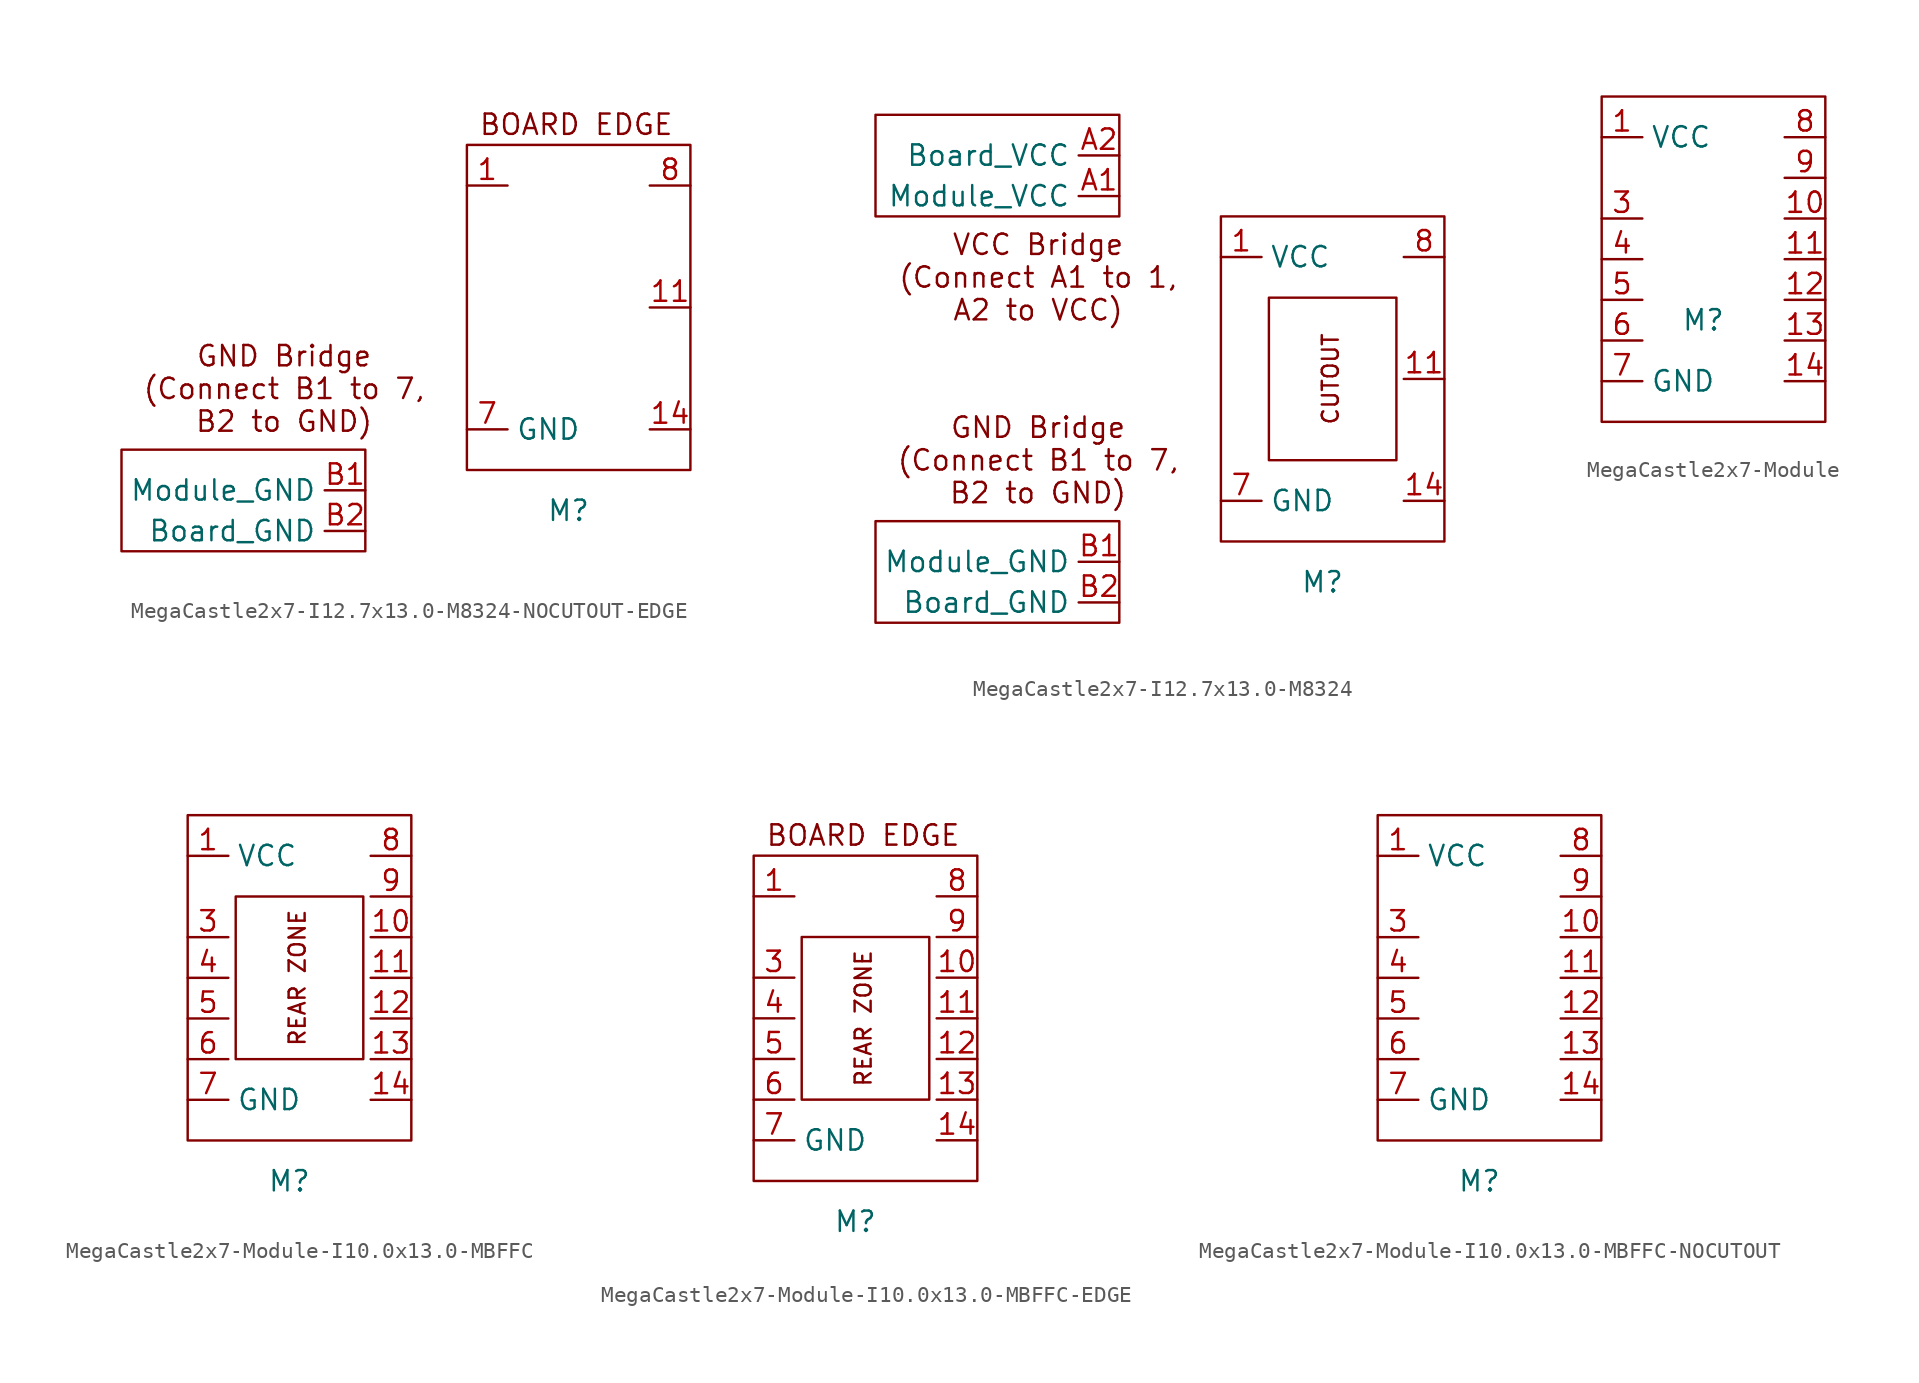
<source format=kicad_sym>
(kicad_symbol_lib
  (version 20241209)
  (generator "kicad_symbol_editor")
  (generator_version "9.0")
  (symbol "MegaCastle2x7-I12.7x13.0-M8324-NOCUTOUT-EDGE"
    (property "Reference" "M"
      (at 0 -12.7 0)
      (effects (font (size 1.27 1.27))))
    (property "Value" ""
      (at 0 5.08 0)
      (effects (font (size 1.27 1.27))))
    (symbol "MegaCastle2x7-I12.7x13.0-M8324-NOCUTOUT-EDGE_0_1"
      (rectangle (start -27.94 -8.89) (end -12.7 -15.24) (stroke (width 0) (type default)) (fill (type none)))
      (rectangle (start -6.35 10.16) (end 7.62 -10.16) (stroke (width 0) (type default)) (fill (type none))))
    (symbol "MegaCastle2x7-I12.7x13.0-M8324-NOCUTOUT-EDGE_1_1"
      (text "GND Bridge\n(Connect B1 to 7,\nB2 to GND)" (at -17.78 -5.08 0) (effects (font (size 1.27 1.27))))
      (text " BOARD EDGE" (at 0 11.43 0) (effects (font (size 1.27 1.27))))
      (pin bidirectional line (at -12.7 -11.43 180) (length 2.54) (name "Module_GND" (effects (font (size 1.27 1.27)))) (number "B1" (effects (font (size 1.27 1.27)))))
      (pin bidirectional line (at -12.7 -13.97 180) (length 2.54) (name "Board_GND" (effects (font (size 1.27 1.27)))) (number "B2" (effects (font (size 1.27 1.27)))))
      (pin bidirectional line (at -6.35 7.62 0) (length 2.54) (name "" (effects (font (size 1.27 1.27)))) (number "1" (effects (font (size 1.27 1.27)))))
      (pin bidirectional line (at -6.35 -7.62 0) (length 2.54) (name "GND" (effects (font (size 1.27 1.27)))) (number "7" (effects (font (size 1.27 1.27)))))
      (pin bidirectional line (at 7.62 7.62 180) (length 2.54) (name "" (effects (font (size 1.27 1.27)))) (number "8" (effects (font (size 1.27 1.27)))))
      (pin bidirectional line (at 7.62 0 180) (length 2.54) (name "" (effects (font (size 1.27 1.27)))) (number "11" (effects (font (size 1.27 1.27)))))
      (pin bidirectional line (at 7.62 -7.62 180) (length 2.54) (name "" (effects (font (size 1.27 1.27)))) (number "14" (effects (font (size 1.27 1.27)))))))
  (symbol "MegaCastle2x7-I12.7x13.0-M8324"
    (property "Reference" "M"
      (at 0 -12.7 0)
      (effects (font (size 1.27 1.27))))
    (property "Value" ""
      (at 0 5.08 0)
      (effects (font (size 1.27 1.27))))
    (symbol "MegaCastle2x7-I12.7x13.0-M8324_0_1"
      (rectangle (start -27.94 16.51) (end -12.7 10.16) (stroke (width 0) (type default)) (fill (type none)))
      (rectangle (start -27.94 -8.89) (end -12.7 -15.24) (stroke (width 0) (type default)) (fill (type none)))
      (rectangle (start -6.35 10.16) (end 7.62 -10.16) (stroke (width 0) (type default)) (fill (type none)))
      (rectangle (start -3.35 5.08) (end 4.62 -5.08) (stroke (width 0) (type default)) (fill (type none))))
    (symbol "MegaCastle2x7-I12.7x13.0-M8324_1_1"
      (text "VCC Bridge\n(Connect A1 to 1,\nA2 to VCC)" (at -17.78 6.35 0) (effects (font (size 1.27 1.27))))
      (text "GND Bridge\n(Connect B1 to 7,\nB2 to GND)" (at -17.78 -5.08 0) (effects (font (size 1.27 1.27))))
      (text "CUTOUT" (at 0.5 0 900) (effects (font (size 1 1))))
      (pin bidirectional line (at -12.7 13.97 180) (length 2.54) (name "Board_VCC" (effects (font (size 1.27 1.27)))) (number "A2" (effects (font (size 1.27 1.27)))))
      (pin bidirectional line (at -12.7 11.43 180) (length 2.54) (name "Module_VCC" (effects (font (size 1.27 1.27)))) (number "A1" (effects (font (size 1.27 1.27)))))
      (pin bidirectional line (at -12.7 -11.43 180) (length 2.54) (name "Module_GND" (effects (font (size 1.27 1.27)))) (number "B1" (effects (font (size 1.27 1.27)))))
      (pin bidirectional line (at -12.7 -13.97 180) (length 2.54) (name "Board_GND" (effects (font (size 1.27 1.27)))) (number "B2" (effects (font (size 1.27 1.27)))))
      (pin bidirectional line (at -6.35 7.62 0) (length 2.54) (name "VCC" (effects (font (size 1.27 1.27)))) (number "1" (effects (font (size 1.27 1.27)))))
      (pin bidirectional line (at -6.35 -7.62 0) (length 2.54) (name "GND" (effects (font (size 1.27 1.27)))) (number "7" (effects (font (size 1.27 1.27)))))
      (pin bidirectional line (at 7.62 7.62 180) (length 2.54) (name "" (effects (font (size 1.27 1.27)))) (number "8" (effects (font (size 1.27 1.27)))))
      (pin bidirectional line (at 7.62 0 180) (length 2.54) (name "" (effects (font (size 1.27 1.27)))) (number "11" (effects (font (size 1.27 1.27)))))
      (pin bidirectional line (at 7.62 -7.62 180) (length 2.54) (name "" (effects (font (size 1.27 1.27)))) (number "14" (effects (font (size 1.27 1.27)))))))
  (symbol "MegaCastle2x7-Module"
    (property "Reference" "M"
      (at 0 0 0)
      (effects (font (size 1.27 1.27))))
    (property "Value" ""
      (at 0 5.08 0)
      (effects (font (size 1.27 1.27))))
    (symbol "MegaCastle2x7-Module_0_1"
      (rectangle (start -6.35 13.97) (end 7.62 -6.35) (stroke (width 0) (type default)) (fill (type none))))
    (symbol "MegaCastle2x7-Module_1_1"
      (pin bidirectional line (at -6.35 11.43 0) (length 2.54) (name "VCC" (effects (font (size 1.27 1.27)))) (number "1" (effects (font (size 1.27 1.27)))))
      (pin bidirectional line (at -6.35 6.35 0) (length 2.54) (name "" (effects (font (size 1.27 1.27)))) (number "3" (effects (font (size 1.27 1.27)))))
      (pin bidirectional line (at -6.35 3.81 0) (length 2.54) (name "" (effects (font (size 1.27 1.27)))) (number "4" (effects (font (size 1.27 1.27)))))
      (pin bidirectional line (at -6.35 1.27 0) (length 2.54) (name "" (effects (font (size 1.27 1.27)))) (number "5" (effects (font (size 1.27 1.27)))))
      (pin bidirectional line (at -6.35 -1.27 0) (length 2.54) (name "" (effects (font (size 1.27 1.27)))) (number "6" (effects (font (size 1.27 1.27)))))
      (pin bidirectional line (at -6.35 -3.81 0) (length 2.54) (name "GND" (effects (font (size 1.27 1.27)))) (number "7" (effects (font (size 1.27 1.27)))))
      (pin bidirectional line (at 7.62 11.43 180) (length 2.54) (name "" (effects (font (size 1.27 1.27)))) (number "8" (effects (font (size 1.27 1.27)))))
      (pin bidirectional line (at 7.62 8.89 180) (length 2.54) (name "" (effects (font (size 1.27 1.27)))) (number "9" (effects (font (size 1.27 1.27)))))
      (pin bidirectional line (at 7.62 6.35 180) (length 2.54) (name "" (effects (font (size 1.27 1.27)))) (number "10" (effects (font (size 1.27 1.27)))))
      (pin bidirectional line (at 7.62 3.81 180) (length 2.54) (name "" (effects (font (size 1.27 1.27)))) (number "11" (effects (font (size 1.27 1.27)))))
      (pin bidirectional line (at 7.62 1.27 180) (length 2.54) (name "" (effects (font (size 1.27 1.27)))) (number "12" (effects (font (size 1.27 1.27)))))
      (pin bidirectional line (at 7.62 -1.27 180) (length 2.54) (name "" (effects (font (size 1.27 1.27)))) (number "13" (effects (font (size 1.27 1.27)))))
      (pin bidirectional line (at 7.62 -3.81 180) (length 2.54) (name "" (effects (font (size 1.27 1.27)))) (number "14" (effects (font (size 1.27 1.27)))))))
  (symbol "MegaCastle2x7-Module-I10.0x13.0-MBFFC"
    (property "Reference" "M"
      (at 0 -12.7 0)
      (effects (font (size 1.27 1.27))))
    (property "Value" ""
      (at 0 5.08 0)
      (effects (font (size 1.27 1.27))))
    (symbol "MegaCastle2x7-Module-I10.0x13.0-MBFFC_0_1"
      (rectangle (start -6.35 10.16) (end 7.62 -10.16) (stroke (width 0) (type default)) (fill (type none)))
      (rectangle (start -3.35 5.08) (end 4.62 -5.08) (stroke (width 0) (type default)) (fill (type none))))
    (symbol "MegaCastle2x7-Module-I10.0x13.0-MBFFC_1_1"
      (text "REAR ZONE" (at 0.5 0 900) (effects (font (size 1 1))))
      (pin bidirectional line (at -6.35 7.62 0) (length 2.54) (name "VCC" (effects (font (size 1.27 1.27)))) (number "1" (effects (font (size 1.27 1.27)))))
      (pin bidirectional line (at -6.35 2.54 0) (length 2.54) (name "" (effects (font (size 1.27 1.27)))) (number "3" (effects (font (size 1.27 1.27)))))
      (pin bidirectional line (at -6.35 0 0) (length 2.54) (name "" (effects (font (size 1.27 1.27)))) (number "4" (effects (font (size 1.27 1.27)))))
      (pin bidirectional line (at -6.35 -2.54 0) (length 2.54) (name "" (effects (font (size 1.27 1.27)))) (number "5" (effects (font (size 1.27 1.27)))))
      (pin bidirectional line (at -6.35 -5.08 0) (length 2.54) (name "" (effects (font (size 1.27 1.27)))) (number "6" (effects (font (size 1.27 1.27)))))
      (pin bidirectional line (at -6.35 -7.62 0) (length 2.54) (name "GND" (effects (font (size 1.27 1.27)))) (number "7" (effects (font (size 1.27 1.27)))))
      (pin bidirectional line (at 7.62 7.62 180) (length 2.54) (name "" (effects (font (size 1.27 1.27)))) (number "8" (effects (font (size 1.27 1.27)))))
      (pin bidirectional line (at 7.62 5.08 180) (length 2.54) (name "" (effects (font (size 1.27 1.27)))) (number "9" (effects (font (size 1.27 1.27)))))
      (pin bidirectional line (at 7.62 2.54 180) (length 2.54) (name "" (effects (font (size 1.27 1.27)))) (number "10" (effects (font (size 1.27 1.27)))))
      (pin bidirectional line (at 7.62 0 180) (length 2.54) (name "" (effects (font (size 1.27 1.27)))) (number "11" (effects (font (size 1.27 1.27)))))
      (pin bidirectional line (at 7.62 -2.54 180) (length 2.54) (name "" (effects (font (size 1.27 1.27)))) (number "12" (effects (font (size 1.27 1.27)))))
      (pin bidirectional line (at 7.62 -5.08 180) (length 2.54) (name "" (effects (font (size 1.27 1.27)))) (number "13" (effects (font (size 1.27 1.27)))))
      (pin bidirectional line (at 7.62 -7.62 180) (length 2.54) (name "" (effects (font (size 1.27 1.27)))) (number "14" (effects (font (size 1.27 1.27)))))))
  (symbol "MegaCastle2x7-Module-I10.0x13.0-MBFFC-EDGE"
    (property "Reference" "M"
      (at 0 -12.7 0)
      (effects (font (size 1.27 1.27))))
    (property "Value" ""
      (at 0 5.08 0)
      (effects (font (size 1.27 1.27))))
    (symbol "MegaCastle2x7-Module-I10.0x13.0-MBFFC-EDGE_0_1"
      (rectangle (start -6.35 10.16) (end 7.62 -10.16) (stroke (width 0) (type default)) (fill (type none)))
      (rectangle (start -3.35 5.08) (end 4.62 -5.08) (stroke (width 0) (type default)) (fill (type none))))
    (symbol "MegaCastle2x7-Module-I10.0x13.0-MBFFC-EDGE_1_1"
      (text " BOARD EDGE" (at 0 11.43 0) (effects (font (size 1.27 1.27))))
      (text "REAR ZONE" (at 0.5 0 900) (effects (font (size 1 1))))
      (pin bidirectional line (at -6.35 7.62 0) (length 2.54) (name "" (effects (font (size 1.27 1.27)))) (number "1" (effects (font (size 1.27 1.27)))))
      (pin bidirectional line (at -6.35 2.54 0) (length 2.54) (name "" (effects (font (size 1.27 1.27)))) (number "3" (effects (font (size 1.27 1.27)))))
      (pin bidirectional line (at -6.35 0 0) (length 2.54) (name "" (effects (font (size 1.27 1.27)))) (number "4" (effects (font (size 1.27 1.27)))))
      (pin bidirectional line (at -6.35 -2.54 0) (length 2.54) (name "" (effects (font (size 1.27 1.27)))) (number "5" (effects (font (size 1.27 1.27)))))
      (pin bidirectional line (at -6.35 -5.08 0) (length 2.54) (name "" (effects (font (size 1.27 1.27)))) (number "6" (effects (font (size 1.27 1.27)))))
      (pin bidirectional line (at -6.35 -7.62 0) (length 2.54) (name "GND" (effects (font (size 1.27 1.27)))) (number "7" (effects (font (size 1.27 1.27)))))
      (pin bidirectional line (at 7.62 7.62 180) (length 2.54) (name "" (effects (font (size 1.27 1.27)))) (number "8" (effects (font (size 1.27 1.27)))))
      (pin bidirectional line (at 7.62 5.08 180) (length 2.54) (name "" (effects (font (size 1.27 1.27)))) (number "9" (effects (font (size 1.27 1.27)))))
      (pin bidirectional line (at 7.62 2.54 180) (length 2.54) (name "" (effects (font (size 1.27 1.27)))) (number "10" (effects (font (size 1.27 1.27)))))
      (pin bidirectional line (at 7.62 0 180) (length 2.54) (name "" (effects (font (size 1.27 1.27)))) (number "11" (effects (font (size 1.27 1.27)))))
      (pin bidirectional line (at 7.62 -2.54 180) (length 2.54) (name "" (effects (font (size 1.27 1.27)))) (number "12" (effects (font (size 1.27 1.27)))))
      (pin bidirectional line (at 7.62 -5.08 180) (length 2.54) (name "" (effects (font (size 1.27 1.27)))) (number "13" (effects (font (size 1.27 1.27)))))
      (pin bidirectional line (at 7.62 -7.62 180) (length 2.54) (name "" (effects (font (size 1.27 1.27)))) (number "14" (effects (font (size 1.27 1.27)))))))
  (symbol "MegaCastle2x7-Module-I10.0x13.0-MBFFC-NOCUTOUT"
    (property "Reference" "M"
      (at 0 -12.7 0)
      (effects (font (size 1.27 1.27))))
    (property "Value" ""
      (at 0 5.08 0)
      (effects (font (size 1.27 1.27))))
    (symbol "MegaCastle2x7-Module-I10.0x13.0-MBFFC-NOCUTOUT_0_1"
      (rectangle (start -6.35 10.16) (end 7.62 -10.16) (stroke (width 0) (type default)) (fill (type none))))
    (symbol "MegaCastle2x7-Module-I10.0x13.0-MBFFC-NOCUTOUT_1_1"
      (pin bidirectional line (at -6.35 7.62 0) (length 2.54) (name "VCC" (effects (font (size 1.27 1.27)))) (number "1" (effects (font (size 1.27 1.27)))))
      (pin bidirectional line (at -6.35 2.54 0) (length 2.54) (name "" (effects (font (size 1.27 1.27)))) (number "3" (effects (font (size 1.27 1.27)))))
      (pin bidirectional line (at -6.35 0 0) (length 2.54) (name "" (effects (font (size 1.27 1.27)))) (number "4" (effects (font (size 1.27 1.27)))))
      (pin bidirectional line (at -6.35 -2.54 0) (length 2.54) (name "" (effects (font (size 1.27 1.27)))) (number "5" (effects (font (size 1.27 1.27)))))
      (pin bidirectional line (at -6.35 -5.08 0) (length 2.54) (name "" (effects (font (size 1.27 1.27)))) (number "6" (effects (font (size 1.27 1.27)))))
      (pin bidirectional line (at -6.35 -7.62 0) (length 2.54) (name "GND" (effects (font (size 1.27 1.27)))) (number "7" (effects (font (size 1.27 1.27)))))
      (pin bidirectional line (at 7.62 7.62 180) (length 2.54) (name "" (effects (font (size 1.27 1.27)))) (number "8" (effects (font (size 1.27 1.27)))))
      (pin bidirectional line (at 7.62 5.08 180) (length 2.54) (name "" (effects (font (size 1.27 1.27)))) (number "9" (effects (font (size 1.27 1.27)))))
      (pin bidirectional line (at 7.62 2.54 180) (length 2.54) (name "" (effects (font (size 1.27 1.27)))) (number "10" (effects (font (size 1.27 1.27)))))
      (pin bidirectional line (at 7.62 0 180) (length 2.54) (name "" (effects (font (size 1.27 1.27)))) (number "11" (effects (font (size 1.27 1.27)))))
      (pin bidirectional line (at 7.62 -2.54 180) (length 2.54) (name "" (effects (font (size 1.27 1.27)))) (number "12" (effects (font (size 1.27 1.27)))))
      (pin bidirectional line (at 7.62 -5.08 180) (length 2.54) (name "" (effects (font (size 1.27 1.27)))) (number "13" (effects (font (size 1.27 1.27)))))
      (pin bidirectional line (at 7.62 -7.62 180) (length 2.54) (name "" (effects (font (size 1.27 1.27)))) (number "14" (effects (font (size 1.27 1.27))))))))
</source>
